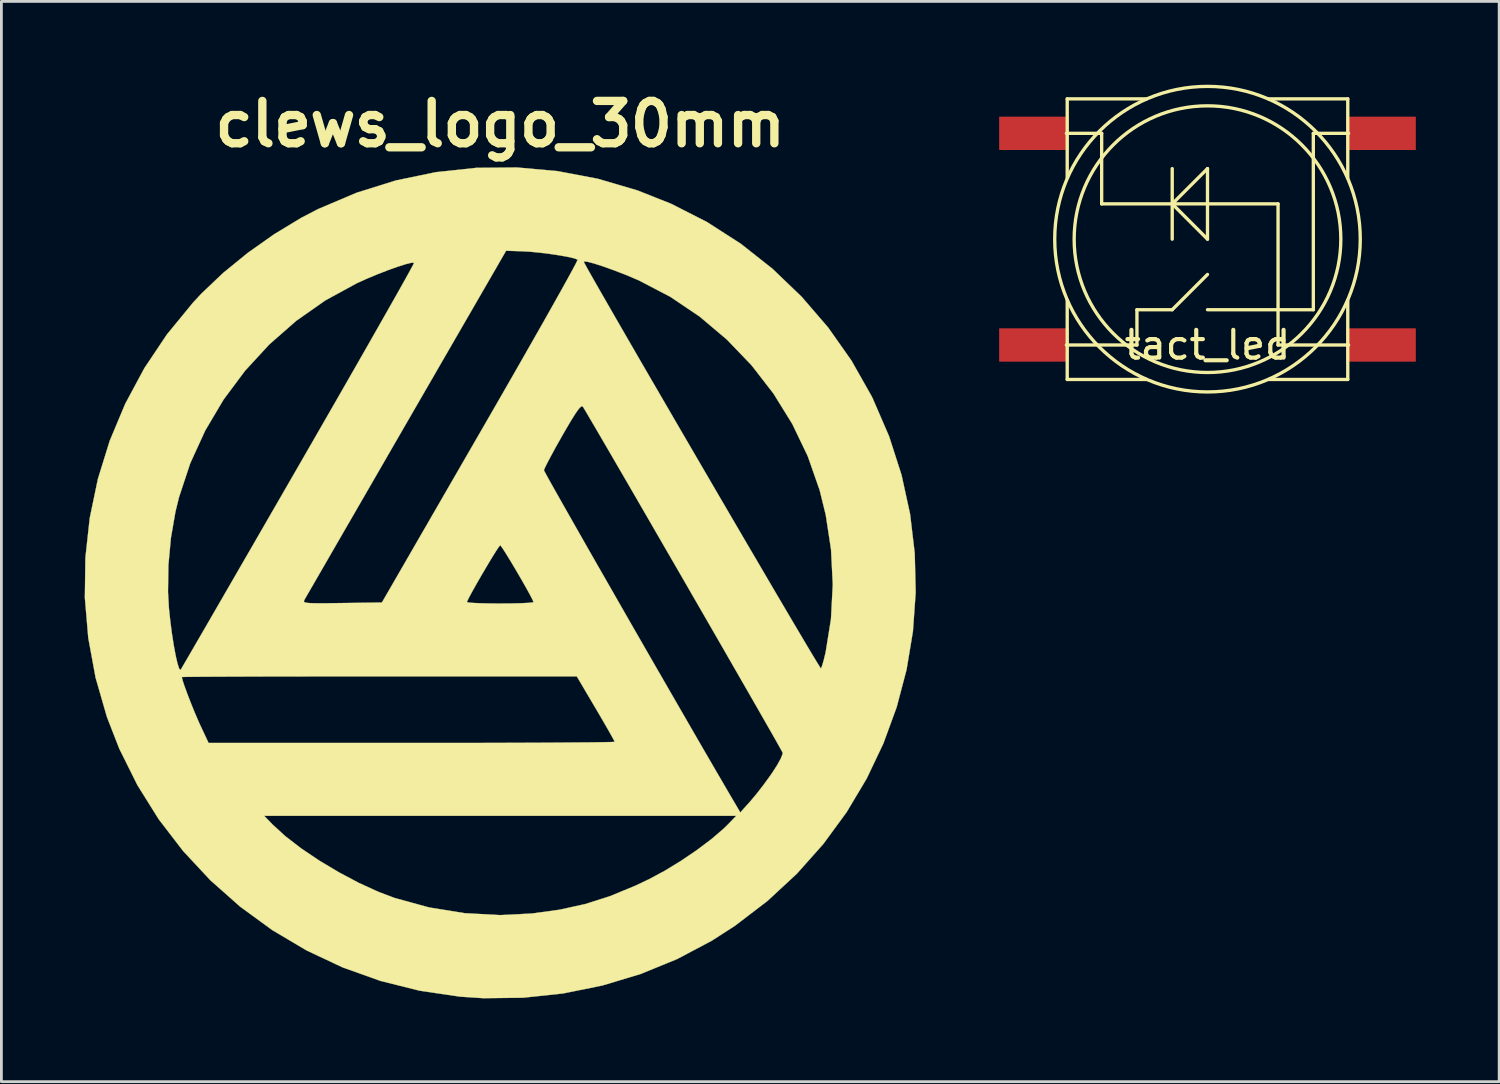
<source format=kicad_pcb>
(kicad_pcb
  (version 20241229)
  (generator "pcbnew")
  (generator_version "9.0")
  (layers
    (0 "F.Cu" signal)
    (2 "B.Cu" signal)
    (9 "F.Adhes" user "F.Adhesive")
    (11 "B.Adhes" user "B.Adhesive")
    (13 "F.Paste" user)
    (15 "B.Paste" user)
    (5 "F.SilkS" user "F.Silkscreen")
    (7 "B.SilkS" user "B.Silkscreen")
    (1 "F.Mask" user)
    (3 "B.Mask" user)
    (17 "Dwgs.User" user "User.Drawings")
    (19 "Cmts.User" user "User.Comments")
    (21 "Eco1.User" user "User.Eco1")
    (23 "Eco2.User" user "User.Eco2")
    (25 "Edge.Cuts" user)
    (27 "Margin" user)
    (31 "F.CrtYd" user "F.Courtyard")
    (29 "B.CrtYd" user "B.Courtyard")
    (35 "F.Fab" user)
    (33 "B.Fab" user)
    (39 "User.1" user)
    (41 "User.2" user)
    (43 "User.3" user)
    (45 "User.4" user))
  (footprint "tact_led"
    (layer "F.Cu")
    (at 40.42 5.56)
    (property "Reference" "tact_led" (at 0 3.81 0) (layer "F.SilkS") (effects (font (size 1 1) (thickness 0.15))))
    (attr through_hole)
    (fp_line (start -5.08 3.81) (end -2.54 3.81) (stroke (width 0.12) (type solid)) (layer "F.SilkS"))
    (fp_line (start -5.05 -5.05) (end -5.05 -2.2) (stroke (width 0.12) (type solid)) (layer "F.SilkS"))
    (fp_line (start -5.05 2.2) (end -5.05 5.05) (stroke (width 0.12) (type solid)) (layer "F.SilkS"))
    (fp_line (start -5.05 5.05) (end -2.2 5.05) (stroke (width 0.12) (type solid)) (layer "F.SilkS"))
    (fp_line (start -3.81 -3.81) (end -5.08 -3.81) (stroke (width 0.12) (type solid)) (layer "F.SilkS"))
    (fp_line (start -3.81 -1.27) (end -3.81 -3.81) (stroke (width 0.12) (type solid)) (layer "F.SilkS"))
    (fp_line (start -2.54 2.54) (end -1.27 2.54) (stroke (width 0.12) (type solid)) (layer "F.SilkS"))
    (fp_line (start -2.54 3.81) (end -2.54 2.54) (stroke (width 0.12) (type solid)) (layer "F.SilkS"))
    (fp_line (start -2.2 -5.05) (end -5.05 -5.05) (stroke (width 0.12) (type solid)) (layer "F.SilkS"))
    (fp_line (start -1.27 -2.54) (end -1.27 0) (stroke (width 0.12) (type solid)) (layer "F.SilkS"))
    (fp_line (start -1.27 -1.27) (end 0 -2.54) (stroke (width 0.12) (type solid)) (layer "F.SilkS"))
    (fp_line (start -1.27 2.54) (end 0 1.27) (stroke (width 0.12) (type solid)) (layer "F.SilkS"))
    (fp_line (start 0 -2.54) (end 0 0) (stroke (width 0.12) (type solid)) (layer "F.SilkS"))
    (fp_line (start 0 0) (end -1.27 -1.27) (stroke (width 0.12) (type solid)) (layer "F.SilkS"))
    (fp_line (start 0 2.54) (end 3.81 2.54) (stroke (width 0.12) (type solid)) (layer "F.SilkS"))
    (fp_line (start 2.2 5.05) (end 5.05 5.05) (stroke (width 0.12) (type solid)) (layer "F.SilkS"))
    (fp_line (start 2.54 -1.27) (end -3.81 -1.27) (stroke (width 0.12) (type solid)) (layer "F.SilkS"))
    (fp_line (start 2.54 3.81) (end 2.54 -1.27) (stroke (width 0.12) (type solid)) (layer "F.SilkS"))
    (fp_line (start 3.81 -3.81) (end 5.08 -3.81) (stroke (width 0.12) (type solid)) (layer "F.SilkS"))
    (fp_line (start 3.81 2.54) (end 3.81 -3.81) (stroke (width 0.12) (type solid)) (layer "F.SilkS"))
    (fp_line (start 5.05 -5.05) (end 2.2 -5.05) (stroke (width 0.12) (type solid)) (layer "F.SilkS"))
    (fp_line (start 5.05 -2.2) (end 5.05 -5.05) (stroke (width 0.12) (type solid)) (layer "F.SilkS"))
    (fp_line (start 5.05 5.05) (end 5.05 2.2) (stroke (width 0.12) (type solid)) (layer "F.SilkS"))
    (fp_line (start 5.08 3.81) (end 2.54 3.81) (stroke (width 0.12) (type solid)) (layer "F.SilkS"))
    (fp_circle (center 0 0) (end 4.8 0) (stroke (width 0.12) (type solid)) (fill no) (layer "F.SilkS"))
    (fp_circle (center 0 0) (end 5.5 0) (stroke (width 0.12) (type solid)) (fill no) (layer "F.SilkS"))
    (pad "1" smd rect (at 6.25 -3.81) (size 2.5 1.2) (layers "F.Cu" "F.Mask" "F.Paste"))
    (pad "2" smd rect (at -6.25 -3.81) (size 2.5 1.2) (layers "F.Cu" "F.Mask" "F.Paste"))
    (pad "3" smd rect (at 6.25 3.81) (size 2.5 1.2) (layers "F.Cu" "F.Mask" "F.Paste"))
    (pad "4" smd rect (at -6.25 3.81) (size 2.5 1.2) (layers "F.Cu" "F.Mask" "F.Paste")))
  (footprint "clews_logo_30mm"
    (layer "F.Cu")
    (at 14.958 17.928)
    (property "Reference" "clews_logo_30mm" (at 0 -16.51 0) (layer "F.SilkS") (effects (font (size 1.524 1.524) (thickness 0.3))))
    (attr through_hole)
    (fp_poly (pts (xy 2.066 -14.817) (xy 3.515 -14.542) (xy 4.941 -14.123) (xy 6.151 -13.643) (xy 7.44 -12.987) (xy 8.661 -12.203) (xy 9.803 -11.301) (xy 10.854 -10.292) (xy 11.806 -9.187) (xy 12.645 -7.996) (xy 13.362 -6.729) (xy 13.411 -6.631) (xy 14.001 -5.267) (xy 14.448 -3.878) (xy 14.755 -2.473) (xy 14.923 -1.06) (xy 14.957 0.35) (xy 14.858 1.749) (xy 14.629 3.128) (xy 14.273 4.478) (xy 13.793 5.79) (xy 13.191 7.054) (xy 12.469 8.262) (xy 11.632 9.405) (xy 10.681 10.474) (xy 9.618 11.459) (xy 8.448 12.352) (xy 7.612 12.89) (xy 6.369 13.548) (xy 5.051 14.087) (xy 3.675 14.501) (xy 2.26 14.787) (xy 0.825 14.94) (xy -0.61 14.957) (xy -1.445 14.902) (xy -2.9 14.688) (xy -4.311 14.335) (xy -5.672 13.849) (xy -6.973 13.237) (xy -8.206 12.506) (xy -9.362 11.662) (xy -10.435 10.711) (xy -11.414 9.661) (xy -12.293 8.517) (xy -12.371 8.392) (xy -8.497 8.392) (xy -8.201 8.699) (xy -7.741 9.121) (xy -7.169 9.562) (xy -6.516 10.002) (xy -5.813 10.422) (xy -5.094 10.804) (xy -4.389 11.127) (xy -3.8 11.35) (xy -2.56 11.69) (xy -1.287 11.896) (xy -0.007 11.966) (xy 1.135 11.909) (xy 2.134 11.772) (xy 3.06 11.568) (xy 3.961 11.281) (xy 4.884 10.899) (xy 5.359 10.673) (xy 5.928 10.367) (xy 6.516 10.007) (xy 7.089 9.618) (xy 7.61 9.225) (xy 8.044 8.853) (xy 8.201 8.699) (xy 8.497 8.392) (xy -8.497 8.392) (xy -12.371 8.392) (xy -13.062 7.286) (xy -13.714 5.975) (xy -14.158 4.835) (xy -14.567 3.418) (xy -14.571 3.396) (xy -11.464 3.396) (xy -11.436 3.512) (xy -11.363 3.732) (xy -11.256 4.023) (xy -11.129 4.351) (xy -10.994 4.683) (xy -10.865 4.985) (xy -10.801 5.126) (xy -10.499 5.769) (xy -3.189 5.769) (xy -2.157 5.769) (xy -1.167 5.768) (xy -0.232 5.766) (xy 0.64 5.763) (xy 1.438 5.76) (xy 2.152 5.756) (xy 2.771 5.751) (xy 3.286 5.747) (xy 3.687 5.741) (xy 3.963 5.736) (xy 4.104 5.73) (xy 4.121 5.727) (xy 4.085 5.652) (xy 3.984 5.47) (xy 3.831 5.201) (xy 3.638 4.867) (xy 3.439 4.528) (xy 2.757 3.372) (xy -4.353 3.372) (xy -5.371 3.372) (xy -6.346 3.373) (xy -7.267 3.374) (xy -8.123 3.375) (xy -8.905 3.377) (xy -9.602 3.38) (xy -10.204 3.382) (xy -10.701 3.385) (xy -11.082 3.388) (xy -11.337 3.391) (xy -11.456 3.395) (xy -11.464 3.396) (xy -14.571 3.396) (xy -14.831 1.984) (xy -14.953 0.541) (xy -14.95 0.334) (xy -11.96 0.334) (xy -11.926 0.927) (xy -11.877 1.384) (xy -11.819 1.831) (xy -11.754 2.246) (xy -11.687 2.608) (xy -11.622 2.893) (xy -11.564 3.079) (xy -11.516 3.144) (xy -11.507 3.139) (xy -11.466 3.071) (xy -11.356 2.882) (xy -11.18 2.58) (xy -10.944 2.172) (xy -10.651 1.668) (xy -10.308 1.075) (xy -10.071 0.666) (xy -7.069 0.666) (xy -7.051 0.699) (xy -6.978 0.722) (xy -6.833 0.735) (xy -6.596 0.74) (xy -6.25 0.739) (xy -5.775 0.733) (xy -5.692 0.732) (xy -4.26 0.712) (xy -4.251 0.698) (xy -1.199 0.698) (xy -1.128 0.715) (xy -0.933 0.73) (xy -0.637 0.741) (xy -0.268 0.748) (xy 0 0.749) (xy 0.405 0.746) (xy 0.751 0.738) (xy 1.014 0.725) (xy 1.169 0.709) (xy 1.199 0.698) (xy 1.163 0.61) (xy 1.067 0.424) (xy 0.925 0.168) (xy 0.754 -0.132) (xy 0.57 -0.448) (xy 0.388 -0.753) (xy 0.224 -1.021) (xy 0.095 -1.224) (xy 0.015 -1.336) (xy 0 -1.349) (xy -0.052 -1.288) (xy -0.161 -1.123) (xy -0.311 -0.881) (xy -0.486 -0.589) (xy -0.671 -0.275) (xy -0.85 0.035) (xy -1.007 0.315) (xy -1.126 0.536) (xy -1.191 0.672) (xy -1.199 0.698) (xy -4.251 0.698) (xy -1.509 -4.05) (xy 1.573 -4.05) (xy 1.61 -3.976) (xy 1.715 -3.783) (xy 1.883 -3.481) (xy 2.108 -3.083) (xy 2.383 -2.597) (xy 2.702 -2.035) (xy 3.059 -1.408) (xy 3.448 -0.726) (xy 3.864 -0.000409) (xy 4.298 0.758) (xy 4.746 1.54) (xy 5.202 2.333) (xy 5.659 3.127) (xy 6.111 3.911) (xy 6.552 4.675) (xy 6.975 5.408) (xy 7.375 6.099) (xy 7.746 6.737) (xy 8.081 7.312) (xy 8.228 7.564) (xy 8.643 8.271) (xy 9.009 7.863) (xy 9.223 7.608) (xy 9.474 7.285) (xy 9.718 6.95) (xy 9.793 6.842) (xy 9.976 6.557) (xy 10.105 6.32) (xy 10.167 6.161) (xy 10.168 6.119) (xy 10.122 6.033) (xy 10.009 5.83) (xy 9.833 5.519) (xy 9.601 5.113) (xy 9.32 4.621) (xy 8.995 4.054) (xy 8.633 3.425) (xy 8.241 2.743) (xy 7.825 2.02) (xy 7.39 1.266) (xy 6.944 0.493) (xy 6.493 -0.289) (xy 6.042 -1.068) (xy 5.599 -1.834) (xy 5.17 -2.576) (xy 4.761 -3.282) (xy 4.378 -3.942) (xy 4.028 -4.544) (xy 3.717 -5.078) (xy 3.451 -5.534) (xy 3.237 -5.898) (xy 3.082 -6.162) (xy 2.99 -6.314) (xy 2.968 -6.347) (xy 2.918 -6.349) (xy 2.834 -6.267) (xy 2.708 -6.09) (xy 2.531 -5.807) (xy 2.296 -5.405) (xy 2.229 -5.288) (xy 2.016 -4.911) (xy 1.833 -4.575) (xy 1.69 -4.304) (xy 1.599 -4.12) (xy 1.573 -4.05) (xy -1.509 -4.05) (xy -0.711 -5.432) (xy -0.202 -6.314) (xy 0.283 -7.158) (xy 0.741 -7.957) (xy 1.165 -8.702) (xy 1.552 -9.382) (xy 1.895 -9.99) (xy 2.19 -10.516) (xy 2.431 -10.951) (xy 2.614 -11.286) (xy 2.734 -11.512) (xy 2.751 -11.548) (xy 3.01 -11.548) (xy 3.062 -11.448) (xy 3.182 -11.231) (xy 3.365 -10.908) (xy 3.605 -10.488) (xy 3.896 -9.981) (xy 4.232 -9.398) (xy 4.607 -8.748) (xy 5.016 -8.041) (xy 5.453 -7.288) (xy 5.913 -6.497) (xy 6.388 -5.679) (xy 6.874 -4.845) (xy 7.365 -4.003) (xy 7.855 -3.163) (xy 8.338 -2.336) (xy 8.808 -1.532) (xy 9.261 -0.761) (xy 9.688 -0.031) (xy 10.086 0.646) (xy 10.448 1.26) (xy 10.769 1.803) (xy 11.042 2.263) (xy 11.262 2.632) (xy 11.424 2.898) (xy 11.52 3.053) (xy 11.547 3.089) (xy 11.587 2.993) (xy 11.645 2.793) (xy 11.709 2.53) (xy 11.714 2.51) (xy 11.907 1.31) (xy 11.972 0.064) (xy 11.909 -1.198) (xy 11.718 -2.447) (xy 11.499 -3.335) (xy 11.072 -4.554) (xy 10.514 -5.716) (xy 9.836 -6.811) (xy 9.048 -7.828) (xy 8.159 -8.754) (xy 7.181 -9.58) (xy 6.123 -10.293) (xy 4.995 -10.882) (xy 4.533 -11.079) (xy 4.093 -11.248) (xy 3.703 -11.388) (xy 3.382 -11.491) (xy 3.15 -11.553) (xy 3.025 -11.567) (xy 3.01 -11.548) (xy 2.751 -11.548) (xy 2.785 -11.621) (xy 2.786 -11.629) (xy 2.679 -11.674) (xy 2.456 -11.726) (xy 2.151 -11.782) (xy 1.796 -11.835) (xy 1.427 -11.882) (xy 1.075 -11.916) (xy 0.799 -11.932) (xy 0.212 -11.951) (xy -3.383 -5.732) (xy -3.897 -4.842) (xy -4.39 -3.988) (xy -4.858 -3.178) (xy -5.295 -2.422) (xy -5.696 -1.729) (xy -6.055 -1.107) (xy -6.367 -0.566) (xy -6.627 -0.116) (xy -6.83 0.236) (xy -6.971 0.479) (xy -7.043 0.605) (xy -7.051 0.62) (xy -7.069 0.666) (xy -10.071 0.666) (xy -9.919 0.402) (xy -9.488 -0.344) (xy -9.02 -1.153) (xy -8.521 -2.018) (xy -7.994 -2.93) (xy -7.445 -3.882) (xy -7.27 -4.185) (xy -6.716 -5.147) (xy -6.184 -6.072) (xy -5.678 -6.953) (xy -5.204 -7.781) (xy -4.766 -8.547) (xy -4.369 -9.245) (xy -4.017 -9.865) (xy -3.715 -10.398) (xy -3.468 -10.838) (xy -3.281 -11.175) (xy -3.158 -11.402) (xy -3.103 -11.51) (xy -3.101 -11.518) (xy -3.195 -11.519) (xy -3.4 -11.469) (xy -3.689 -11.377) (xy -4.036 -11.253) (xy -4.416 -11.106) (xy -4.801 -10.945) (xy -5.166 -10.78) (xy -5.168 -10.779) (xy -6.294 -10.165) (xy -7.346 -9.427) (xy -8.314 -8.578) (xy -9.188 -7.629) (xy -9.96 -6.593) (xy -10.619 -5.481) (xy -11.157 -4.306) (xy -11.564 -3.078) (xy -11.692 -2.554) (xy -11.855 -1.614) (xy -11.946 -0.63) (xy -11.96 0.334) (xy -14.95 0.334) (xy -14.934 -0.9) (xy -14.777 -2.329) (xy -14.484 -3.736) (xy -14.057 -5.111) (xy -13.499 -6.443) (xy -12.812 -7.722) (xy -11.997 -8.94) (xy -11.059 -10.084) (xy -10.76 -10.405) (xy -9.977 -11.15) (xy -9.088 -11.875) (xy -8.136 -12.547) (xy -7.166 -13.135) (xy -6.556 -13.452) (xy -5.175 -14.038) (xy -3.759 -14.481) (xy -2.317 -14.78) (xy -0.859 -14.936) (xy 0.605 -14.949) (xy 2.066 -14.817)) (stroke (width 0.01) (type solid)) (fill yes) (layer "F.SilkS")))
  (gr_rect
    (start -3 -3)
    (end 50.92 35.89)
    (stroke (width 0.1) (type default))
    (fill no)
    (layer "Edge.Cuts")))
</source>
